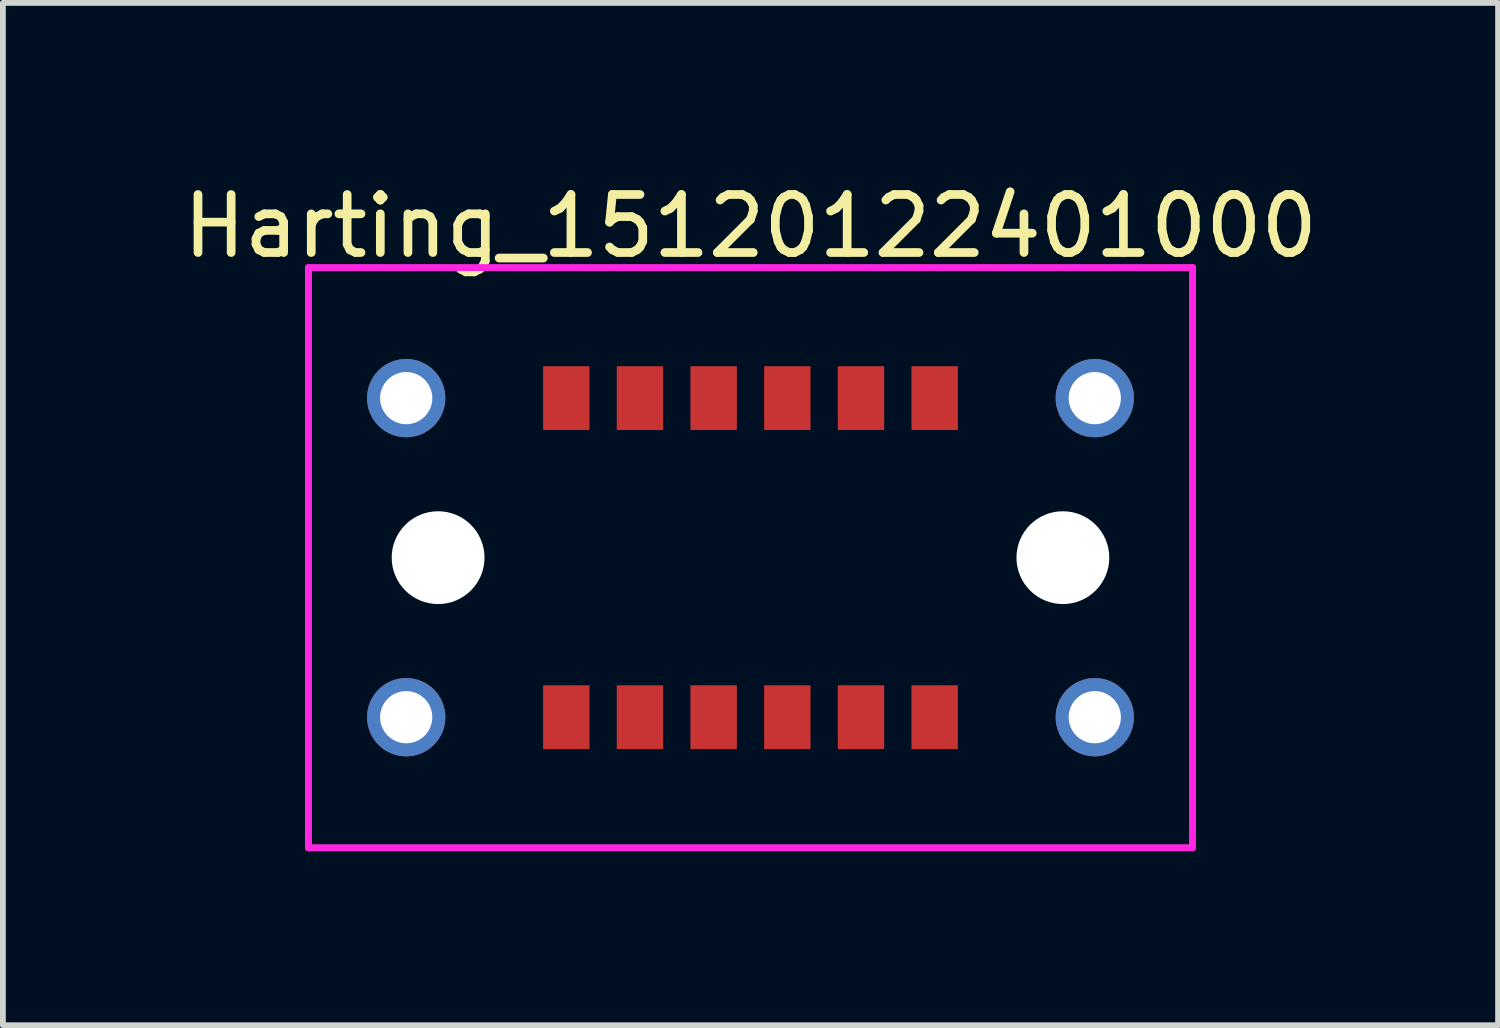
<source format=kicad_pcb>
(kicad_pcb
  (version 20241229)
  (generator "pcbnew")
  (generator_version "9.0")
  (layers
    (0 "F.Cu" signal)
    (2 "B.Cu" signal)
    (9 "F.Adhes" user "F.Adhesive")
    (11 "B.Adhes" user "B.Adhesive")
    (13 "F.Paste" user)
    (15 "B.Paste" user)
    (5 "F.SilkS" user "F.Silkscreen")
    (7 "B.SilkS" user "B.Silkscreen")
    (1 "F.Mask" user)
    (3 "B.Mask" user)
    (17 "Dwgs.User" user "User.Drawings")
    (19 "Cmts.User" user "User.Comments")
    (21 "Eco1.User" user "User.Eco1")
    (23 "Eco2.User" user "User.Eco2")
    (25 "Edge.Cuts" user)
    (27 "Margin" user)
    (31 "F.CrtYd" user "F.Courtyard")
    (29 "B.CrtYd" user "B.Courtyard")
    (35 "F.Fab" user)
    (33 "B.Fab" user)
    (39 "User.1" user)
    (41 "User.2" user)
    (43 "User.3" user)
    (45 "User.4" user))
  (footprint "Harting_15120122401000"
    (layer "F.Cu")
    (at 9.887 6.563)
    (property "Reference" "Harting_15120122401000" (at 0 -5.715 0) (layer "F.SilkS") (effects (font (size 1 1) (thickness 0.15))))
    (attr through_hole)
    (fp_line (start -7.62 -5) (end -7.62 5) (stroke (width 0.12) (type solid)) (layer "F.CrtYd"))
    (fp_line (start -7.62 5) (end 7.62 5) (stroke (width 0.12) (type solid)) (layer "F.CrtYd"))
    (fp_line (start 7.62 -5) (end -7.62 -5) (stroke (width 0.12) (type solid)) (layer "F.CrtYd"))
    (fp_line (start 7.62 5) (end 7.62 -5) (stroke (width 0.12) (type solid)) (layer "F.CrtYd"))
    (pad "" thru_hole circle (at -5.935 -2.75) (size 1.35 1.35) (drill 0.9) (layers "*.Cu" "*.Mask"))
    (pad "" thru_hole circle (at -5.935 2.75) (size 1.35 1.35) (drill 0.9) (layers "*.Cu" "*.Mask"))
    (pad "" np_thru_hole circle (at -5.385 0) (size 1.6 1.6) (drill 1.6) (layers "*.Cu" "*.Mask"))
    (pad "" np_thru_hole circle (at 5.385 0) (size 1.6 1.6) (drill 1.6) (layers "*.Cu" "*.Mask"))
    (pad "" thru_hole circle (at 5.935 -2.75) (size 1.35 1.35) (drill 0.9) (layers "*.Cu" "*.Mask"))
    (pad "" thru_hole circle (at 5.935 2.75) (size 1.35 1.35) (drill 0.9) (layers "*.Cu" "*.Mask"))
    (pad "a1" smd rect (at 3.175 -2.75) (size 0.8 1.1) (layers "F.Cu" "F.Mask" "F.Paste"))
    (pad "a2" smd rect (at 1.905 -2.75) (size 0.8 1.1) (layers "F.Cu" "F.Mask" "F.Paste"))
    (pad "a3" smd rect (at 0.635 -2.75) (size 0.8 1.1) (layers "F.Cu" "F.Mask" "F.Paste"))
    (pad "a4" smd rect (at -0.635 -2.75) (size 0.8 1.1) (layers "F.Cu" "F.Mask" "F.Paste"))
    (pad "a5" smd rect (at -1.905 -2.75) (size 0.8 1.1) (layers "F.Cu" "F.Mask" "F.Paste"))
    (pad "a6" smd rect (at -3.175 -2.75) (size 0.8 1.1) (layers "F.Cu" "F.Mask" "F.Paste"))
    (pad "b1" smd rect (at 3.175 2.75) (size 0.8 1.1) (layers "F.Cu" "F.Mask" "F.Paste"))
    (pad "b2" smd rect (at 1.905 2.75) (size 0.8 1.1) (layers "F.Cu" "F.Mask" "F.Paste"))
    (pad "b3" smd rect (at 0.635 2.75) (size 0.8 1.1) (layers "F.Cu" "F.Mask" "F.Paste"))
    (pad "b4" smd rect (at -0.635 2.75) (size 0.8 1.1) (layers "F.Cu" "F.Mask" "F.Paste"))
    (pad "b5" smd rect (at -1.905 2.75) (size 0.8 1.1) (layers "F.Cu" "F.Mask" "F.Paste"))
    (pad "b6" smd rect (at -3.175 2.75) (size 0.8 1.1) (layers "F.Cu" "F.Mask" "F.Paste")))
  (gr_rect
    (start -3 -3)
    (end 22.774 14.623)
    (stroke (width 0.1) (type default))
    (fill no)
    (layer "Edge.Cuts")))
</source>
